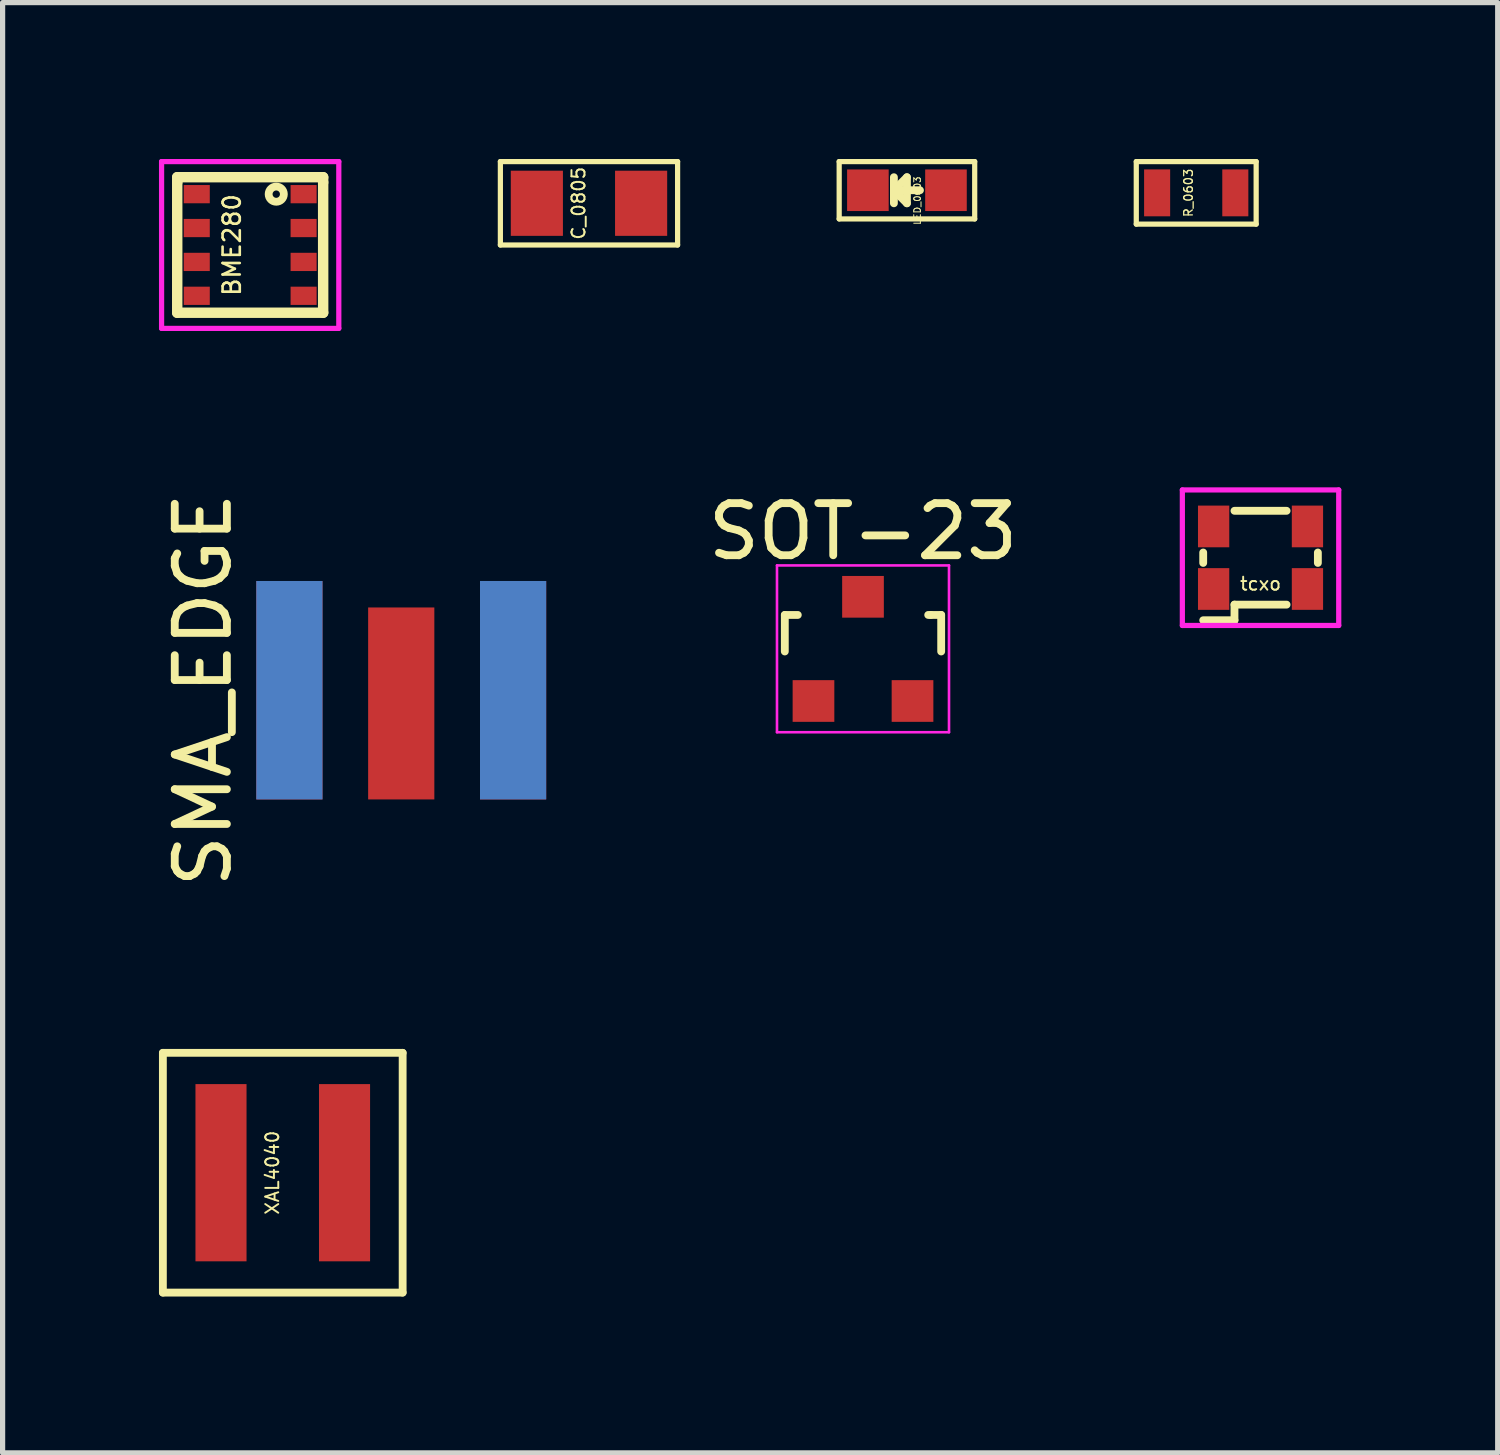
<source format=kicad_pcb>
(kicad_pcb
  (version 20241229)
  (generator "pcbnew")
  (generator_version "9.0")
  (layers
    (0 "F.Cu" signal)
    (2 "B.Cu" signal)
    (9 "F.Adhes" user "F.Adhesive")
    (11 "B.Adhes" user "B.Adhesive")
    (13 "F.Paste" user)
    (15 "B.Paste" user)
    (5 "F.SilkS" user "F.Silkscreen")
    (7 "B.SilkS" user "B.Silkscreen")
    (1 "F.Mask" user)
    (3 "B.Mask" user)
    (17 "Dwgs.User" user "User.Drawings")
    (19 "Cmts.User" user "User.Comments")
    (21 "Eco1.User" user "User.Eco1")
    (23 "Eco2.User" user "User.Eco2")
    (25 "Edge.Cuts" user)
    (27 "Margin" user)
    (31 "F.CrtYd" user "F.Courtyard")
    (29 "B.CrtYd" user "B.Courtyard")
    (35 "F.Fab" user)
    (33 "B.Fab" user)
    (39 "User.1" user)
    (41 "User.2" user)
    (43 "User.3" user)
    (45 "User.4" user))
  (footprint "C_0805"
    (layer "F.Cu")
    (at 8.25 0.85)
    (property "Reference" "C_0805" (at -0.2 0 90) (layer "F.SilkS") (effects (font (size 0.25 0.25) (thickness 0.037))))
    (attr smd)
    (fp_line (start -1.7 -0.8) (end -1.7 0.8) (stroke (width 0.1) (type solid)) (layer "F.SilkS"))
    (fp_line (start -1.7 0.8) (end 1.7 0.8) (stroke (width 0.1) (type solid)) (layer "F.SilkS"))
    (fp_line (start 1.7 -0.8) (end -1.7 -0.8) (stroke (width 0.1) (type solid)) (layer "F.SilkS"))
    (fp_line (start 1.7 0.8) (end 1.7 -0.8) (stroke (width 0.1) (type solid)) (layer "F.SilkS"))
    (pad "1" smd rect (at -1 0) (size 1 1.25) (layers "F.Cu" "F.Mask" "F.Paste"))
    (pad "2" smd rect (at 1 0) (size 1 1.25) (layers "F.Cu" "F.Mask" "F.Paste")))
  (footprint "LED_0603"
    (layer "F.Cu")
    (at 14.35 0.6)
    (property "Reference" "LED_0603" (at 0.2 0.2 90) (layer "F.SilkS") (effects (font (size 0.127 0.127) (thickness 0.019))))
    (attr smd)
    (fp_line (start -1.3 -0.55) (end 1.3 -0.55) (stroke (width 0.1) (type solid)) (layer "F.SilkS"))
    (fp_line (start -1.3 0.55) (end -1.3 -0.55) (stroke (width 0.1) (type solid)) (layer "F.SilkS"))
    (fp_line (start -0.25 -0.25) (end -0.25 0.25) (stroke (width 0.15) (type solid)) (layer "F.SilkS"))
    (fp_line (start -0.25 0) (end 0 -0.25) (stroke (width 0.15) (type solid)) (layer "F.SilkS"))
    (fp_line (start -0.2 0) (end 0.25 0) (stroke (width 0.15) (type solid)) (layer "F.SilkS"))
    (fp_line (start 0 -0.25) (end 0 0.25) (stroke (width 0.15) (type solid)) (layer "F.SilkS"))
    (fp_line (start 0 0.25) (end -0.25 0) (stroke (width 0.15) (type solid)) (layer "F.SilkS"))
    (fp_line (start 1.3 -0.55) (end 1.3 0.55) (stroke (width 0.1) (type solid)) (layer "F.SilkS"))
    (fp_line (start 1.3 0.55) (end -1.3 0.55) (stroke (width 0.1) (type solid)) (layer "F.SilkS"))
    (pad "1" smd rect (at -0.749 0 180) (size 0.798 0.798) (layers "F.Cu" "F.Mask" "F.Paste"))
    (pad "2" smd rect (at 0.749 0 180) (size 0.798 0.798) (layers "F.Cu" "F.Mask" "F.Paste")))
  (footprint "SOT-23"
    (layer "F.Cu")
    (at 13.507 9.398)
    (property "Reference" "SOT-23" (at 0 -2.25 0) (layer "F.SilkS") (effects (font (size 1 1) (thickness 0.15))))
    (attr smd)
    (fp_line (start -1.5 -0.65) (end -1.251 -0.65) (stroke (width 0.15) (type solid)) (layer "F.SilkS"))
    (fp_line (start -1.5 0.051) (end -1.5 -0.65) (stroke (width 0.15) (type solid)) (layer "F.SilkS"))
    (fp_line (start 1.299 -0.65) (end 1.251 -0.65) (stroke (width 0.15) (type solid)) (layer "F.SilkS"))
    (fp_line (start 1.299 -0.65) (end 1.5 -0.65) (stroke (width 0.15) (type solid)) (layer "F.SilkS"))
    (fp_line (start 1.5 -0.65) (end 1.5 0.051) (stroke (width 0.15) (type solid)) (layer "F.SilkS"))
    (fp_line (start -1.65 -1.6) (end 1.65 -1.6) (stroke (width 0.05) (type solid)) (layer "F.CrtYd"))
    (fp_line (start -1.65 1.6) (end -1.65 -1.6) (stroke (width 0.05) (type solid)) (layer "F.CrtYd"))
    (fp_line (start 1.65 -1.6) (end 1.65 1.6) (stroke (width 0.05) (type solid)) (layer "F.CrtYd"))
    (fp_line (start 1.65 1.6) (end -1.65 1.6) (stroke (width 0.05) (type solid)) (layer "F.CrtYd"))
    (pad "1" smd rect (at -0.95 1.001) (size 0.8 0.8) (layers "F.Cu" "F.Mask" "F.Paste"))
    (pad "2" smd rect (at 0 -0.998) (size 0.8 0.8) (layers "F.Cu" "F.Mask" "F.Paste"))
    (pad "3" smd rect (at 0.95 1.001) (size 0.8 0.8) (layers "F.Cu" "F.Mask" "F.Paste")))
  (footprint "R_0603"
    (layer "F.Cu")
    (at 19.9 0.65)
    (property "Reference" "R_0603" (at -0.15 0 90) (layer "F.SilkS") (effects (font (size 0.166 0.166) (thickness 0.025))))
    (attr smd)
    (fp_line (start -1.15 -0.6) (end 1.15 -0.6) (stroke (width 0.1) (type solid)) (layer "F.SilkS"))
    (fp_line (start -1.15 0.6) (end -1.15 -0.6) (stroke (width 0.1) (type solid)) (layer "F.SilkS"))
    (fp_line (start 1.15 -0.6) (end 1.15 0.6) (stroke (width 0.1) (type solid)) (layer "F.SilkS"))
    (fp_line (start 1.15 0.6) (end -1.15 0.6) (stroke (width 0.1) (type solid)) (layer "F.SilkS"))
    (pad "1" smd rect (at -0.75 0) (size 0.5 0.9) (layers "F.Cu" "F.Mask" "F.Paste"))
    (pad "2" smd rect (at 0.75 0) (size 0.5 0.9) (layers "F.Cu" "F.Mask" "F.Paste")))
  (footprint "SMA_EDGE"
    (layer "F.Cu")
    (at 4.648 12.287)
    (property "Reference" "SMA_EDGE" (at -3.8 -2.1 90) (layer "F.SilkS") (effects (font (size 1 1) (thickness 0.15))))
    (attr through_hole)
    (pad "1" smd rect (at 0 -1.841) (size 1.27 3.683) (layers "F.Cu" "F.Mask" "F.Paste"))
    (pad "2" smd rect (at -2.146 -2.095) (size 1.27 4.191) (layers "F.Cu" "F.Mask" "F.Paste"))
    (pad "2" smd rect (at -2.146 -2.095) (size 1.27 4.191) (layers "B.Cu" "B.Mask" "B.Paste"))
    (pad "2" smd rect (at 2.146 -2.095) (size 1.27 4.191) (layers "F.Cu" "F.Mask" "F.Paste"))
    (pad "2" smd rect (at 2.146 -2.095) (size 1.27 4.191) (layers "B.Cu" "B.Mask" "B.Paste")))
  (footprint "tcxo"
    (layer "F.Cu")
    (at 21.134 7.65)
    (property "Reference" "tcxo" (at 0 0.5 0) (layer "F.SilkS") (effects (font (size 0.25 0.25) (thickness 0.037))))
    (attr through_hole)
    (fp_line (start -1.1 0.1) (end -1.1 -0.1) (stroke (width 0.15) (type solid)) (layer "F.SilkS"))
    (fp_line (start -0.5 -0.9) (end 0.5 -0.9) (stroke (width 0.15) (type solid)) (layer "F.SilkS"))
    (fp_line (start -0.5 0.9) (end -0.5 1.2) (stroke (width 0.15) (type solid)) (layer "F.SilkS"))
    (fp_line (start -0.5 0.9) (end 0.5 0.9) (stroke (width 0.15) (type solid)) (layer "F.SilkS"))
    (fp_line (start -0.5 1.2) (end -1.1 1.2) (stroke (width 0.15) (type solid)) (layer "F.SilkS"))
    (fp_line (start 1.1 -0.1) (end 1.1 0.1) (stroke (width 0.15) (type solid)) (layer "F.SilkS"))
    (fp_line (start -1.5 1.3) (end -1.5 -1.3) (stroke (width 0.1) (type solid)) (layer "F.CrtYd"))
    (fp_line (start -1.5 1.3) (end 1.5 1.3) (stroke (width 0.1) (type solid)) (layer "F.CrtYd"))
    (fp_line (start 1.5 -1.3) (end -1.5 -1.3) (stroke (width 0.1) (type solid)) (layer "F.CrtYd"))
    (fp_line (start 1.5 -1.3) (end 1.5 1.3) (stroke (width 0.1) (type solid)) (layer "F.CrtYd"))
    (pad "1" smd rect (at -0.9 0.6) (size 0.6 0.8) (layers "F.Cu" "F.Mask" "F.Paste"))
    (pad "2" smd rect (at 0.9 0.6) (size 0.6 0.8) (layers "F.Cu" "F.Mask" "F.Paste"))
    (pad "3" smd rect (at 0.9 -0.6) (size 0.6 0.8) (layers "F.Cu" "F.Mask" "F.Paste"))
    (pad "4" smd rect (at -0.9 -0.6) (size 0.6 0.8) (layers "F.Cu" "F.Mask" "F.Paste")))
  (footprint "BME280"
    (layer "F.Cu")
    (at 1.75 1.65)
    (property "Reference" "BME280" (at -0.35 0 90) (layer "F.SilkS") (effects (font (size 0.33 0.33) (thickness 0.05))))
    (attr through_hole)
    (fp_line (start -1.4 -1.3) (end -1.4 -1.2) (stroke (width 0.2) (type solid)) (layer "F.SilkS"))
    (fp_line (start -1.4 -1.2) (end -1.4 1.3) (stroke (width 0.2) (type solid)) (layer "F.SilkS"))
    (fp_line (start -1.4 1.3) (end 1.4 1.3) (stroke (width 0.2) (type solid)) (layer "F.SilkS"))
    (fp_line (start 1.4 -1.3) (end -1.4 -1.3) (stroke (width 0.2) (type solid)) (layer "F.SilkS"))
    (fp_line (start 1.4 -1.2) (end 1.4 -1.3) (stroke (width 0.2) (type solid)) (layer "F.SilkS"))
    (fp_line (start 1.4 1.3) (end 1.4 -1.2) (stroke (width 0.2) (type solid)) (layer "F.SilkS"))
    (fp_circle (center 0.5 -0.975) (end 0.55 -0.925) (stroke (width 0.15) (type solid)) (fill no) (layer "F.SilkS"))
    (fp_line (start -1.7 -1.6) (end -1.7 1.6) (stroke (width 0.1) (type solid)) (layer "F.CrtYd"))
    (fp_line (start -1.7 1.6) (end 1.7 1.6) (stroke (width 0.1) (type solid)) (layer "F.CrtYd"))
    (fp_line (start 1.7 -1.6) (end -1.7 -1.6) (stroke (width 0.1) (type solid)) (layer "F.CrtYd"))
    (fp_line (start 1.7 1.6) (end 1.7 -1.6) (stroke (width 0.1) (type solid)) (layer "F.CrtYd"))
    (pad "1" smd rect (at 1.025 -0.975) (size 0.5 0.35) (layers "F.Cu" "F.Mask" "F.Paste"))
    (pad "2" smd rect (at 1.025 -0.325) (size 0.5 0.35) (layers "F.Cu" "F.Mask" "F.Paste"))
    (pad "3" smd rect (at 1.025 0.325) (size 0.5 0.35) (layers "F.Cu" "F.Mask" "F.Paste"))
    (pad "4" smd rect (at 1.025 0.975) (size 0.5 0.35) (layers "F.Cu" "F.Mask" "F.Paste"))
    (pad "5" smd rect (at -1.025 0.975) (size 0.5 0.35) (layers "F.Cu" "F.Mask" "F.Paste"))
    (pad "6" smd rect (at -1.025 0.325) (size 0.5 0.35) (layers "F.Cu" "F.Mask" "F.Paste"))
    (pad "7" smd rect (at -1.025 -0.325) (size 0.5 0.35) (layers "F.Cu" "F.Mask" "F.Paste"))
    (pad "8" smd rect (at -1.025 -0.975) (size 0.5 0.35) (layers "F.Cu" "F.Mask" "F.Paste")))
  (footprint "XAL4040"
    (layer "F.Cu")
    (at 2.375 19.449)
    (property "Reference" "XAL4040" (at -0.2 0 90) (layer "F.SilkS") (effects (font (size 0.25 0.25) (thickness 0.037))))
    (attr through_hole)
    (fp_line (start -2.3 -2.3) (end -2.3 2.3) (stroke (width 0.15) (type solid)) (layer "F.SilkS"))
    (fp_line (start -2.3 2.3) (end 2.3 2.3) (stroke (width 0.15) (type solid)) (layer "F.SilkS"))
    (fp_line (start 2.3 -2.3) (end -2.3 -2.3) (stroke (width 0.15) (type solid)) (layer "F.SilkS"))
    (fp_line (start 2.3 2.3) (end 2.3 -2.3) (stroke (width 0.15) (type solid)) (layer "F.SilkS"))
    (pad "1" smd rect (at -1.185 0) (size 0.98 3.4) (layers "F.Cu" "F.Mask" "F.Paste"))
    (pad "2" smd rect (at 1.185 0) (size 0.98 3.4) (layers "F.Cu" "F.Mask" "F.Paste")))
  (gr_rect
    (start -3 -3)
    (end 25.684 24.824)
    (stroke (width 0.1) (type default))
    (fill no)
    (layer "Edge.Cuts")))
</source>
